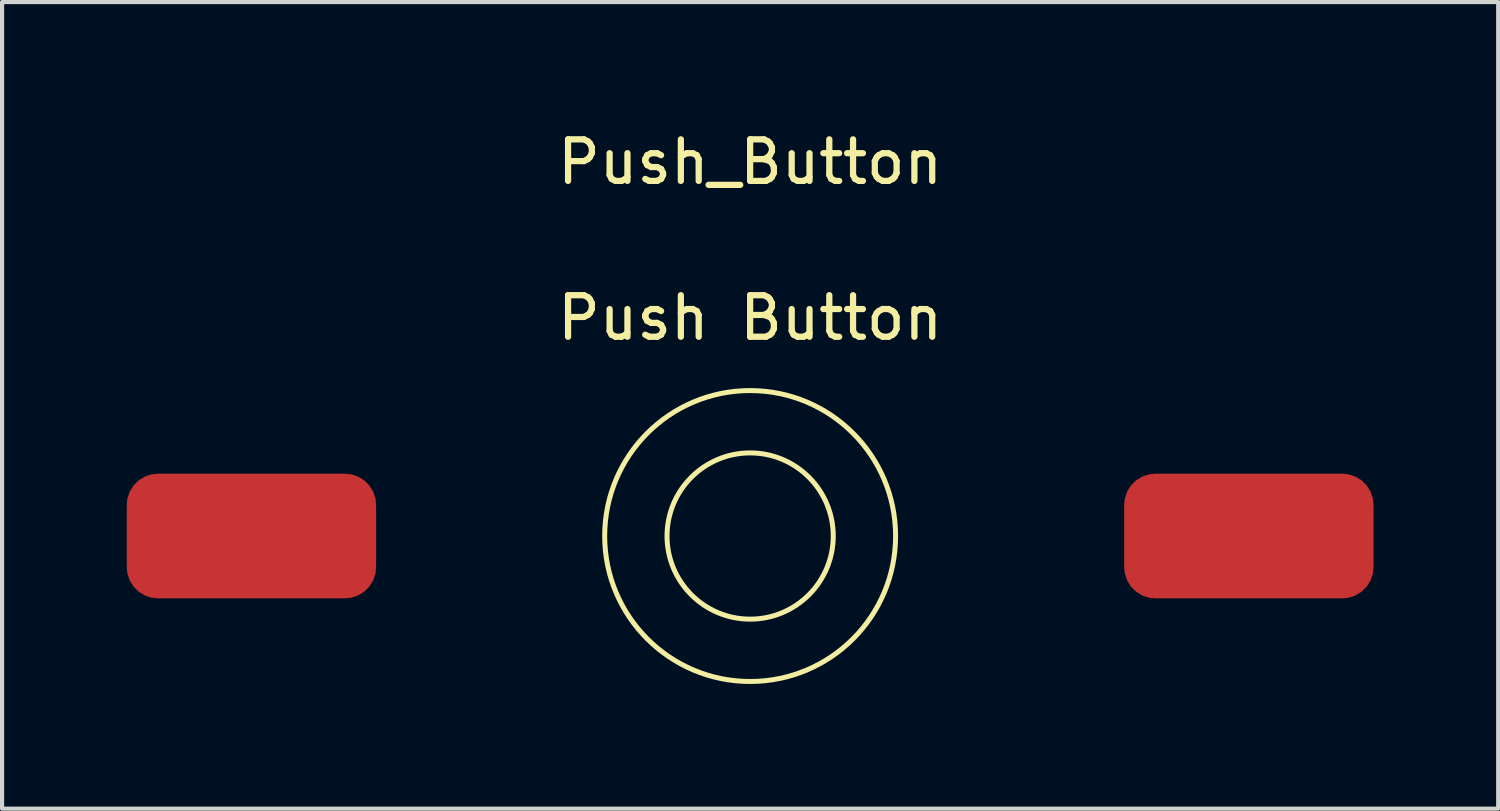
<source format=kicad_pcb>
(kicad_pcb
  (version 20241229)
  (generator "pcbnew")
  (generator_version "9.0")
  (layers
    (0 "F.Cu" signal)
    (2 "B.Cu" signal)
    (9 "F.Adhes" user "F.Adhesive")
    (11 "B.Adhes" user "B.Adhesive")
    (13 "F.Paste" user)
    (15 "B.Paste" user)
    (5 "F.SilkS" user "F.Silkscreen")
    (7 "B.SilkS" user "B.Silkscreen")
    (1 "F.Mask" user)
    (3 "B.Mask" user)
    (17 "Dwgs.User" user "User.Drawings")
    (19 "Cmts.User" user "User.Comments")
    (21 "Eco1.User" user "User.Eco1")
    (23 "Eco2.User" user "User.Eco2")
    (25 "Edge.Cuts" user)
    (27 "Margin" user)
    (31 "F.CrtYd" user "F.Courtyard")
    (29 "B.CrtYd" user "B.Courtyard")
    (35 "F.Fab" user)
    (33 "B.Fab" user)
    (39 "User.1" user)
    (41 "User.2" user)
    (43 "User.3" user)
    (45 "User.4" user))
  (footprint "Push_Button"
    (layer "F.Cu")
    (at 3 9.848)
    (property "Reference" "Push_Button" (at 12 -9 0) (layer "F.SilkS") (effects (font (size 1 1) (thickness 0.15))))
    (attr through_hole)
    (fp_circle (center 12 0) (end 14 0) (stroke (width 0.12) (type solid)) (fill no) (layer "F.SilkS"))
    (fp_circle (center 12 0) (end 15.5 0) (stroke (width 0.12) (type solid)) (fill no) (layer "F.SilkS"))
    (fp_text user "Push Button" (at 12 -5.25 0) (layer "F.SilkS") (effects (font (size 1 1) (thickness 0.15))))
    (pad "1" smd roundrect (at 0 0) (size 6 3) (layers "F.Cu" "F.Mask" "F.Paste") (roundrect_rratio 0.25))
    (pad "2" smd roundrect (at 24 0) (size 6 3) (layers "F.Cu" "F.Mask" "F.Paste") (roundrect_rratio 0.25)))
  (gr_rect
    (start -3 -3)
    (end 33 16.408)
    (stroke (width 0.1) (type default))
    (fill no)
    (layer "Edge.Cuts")))
</source>
